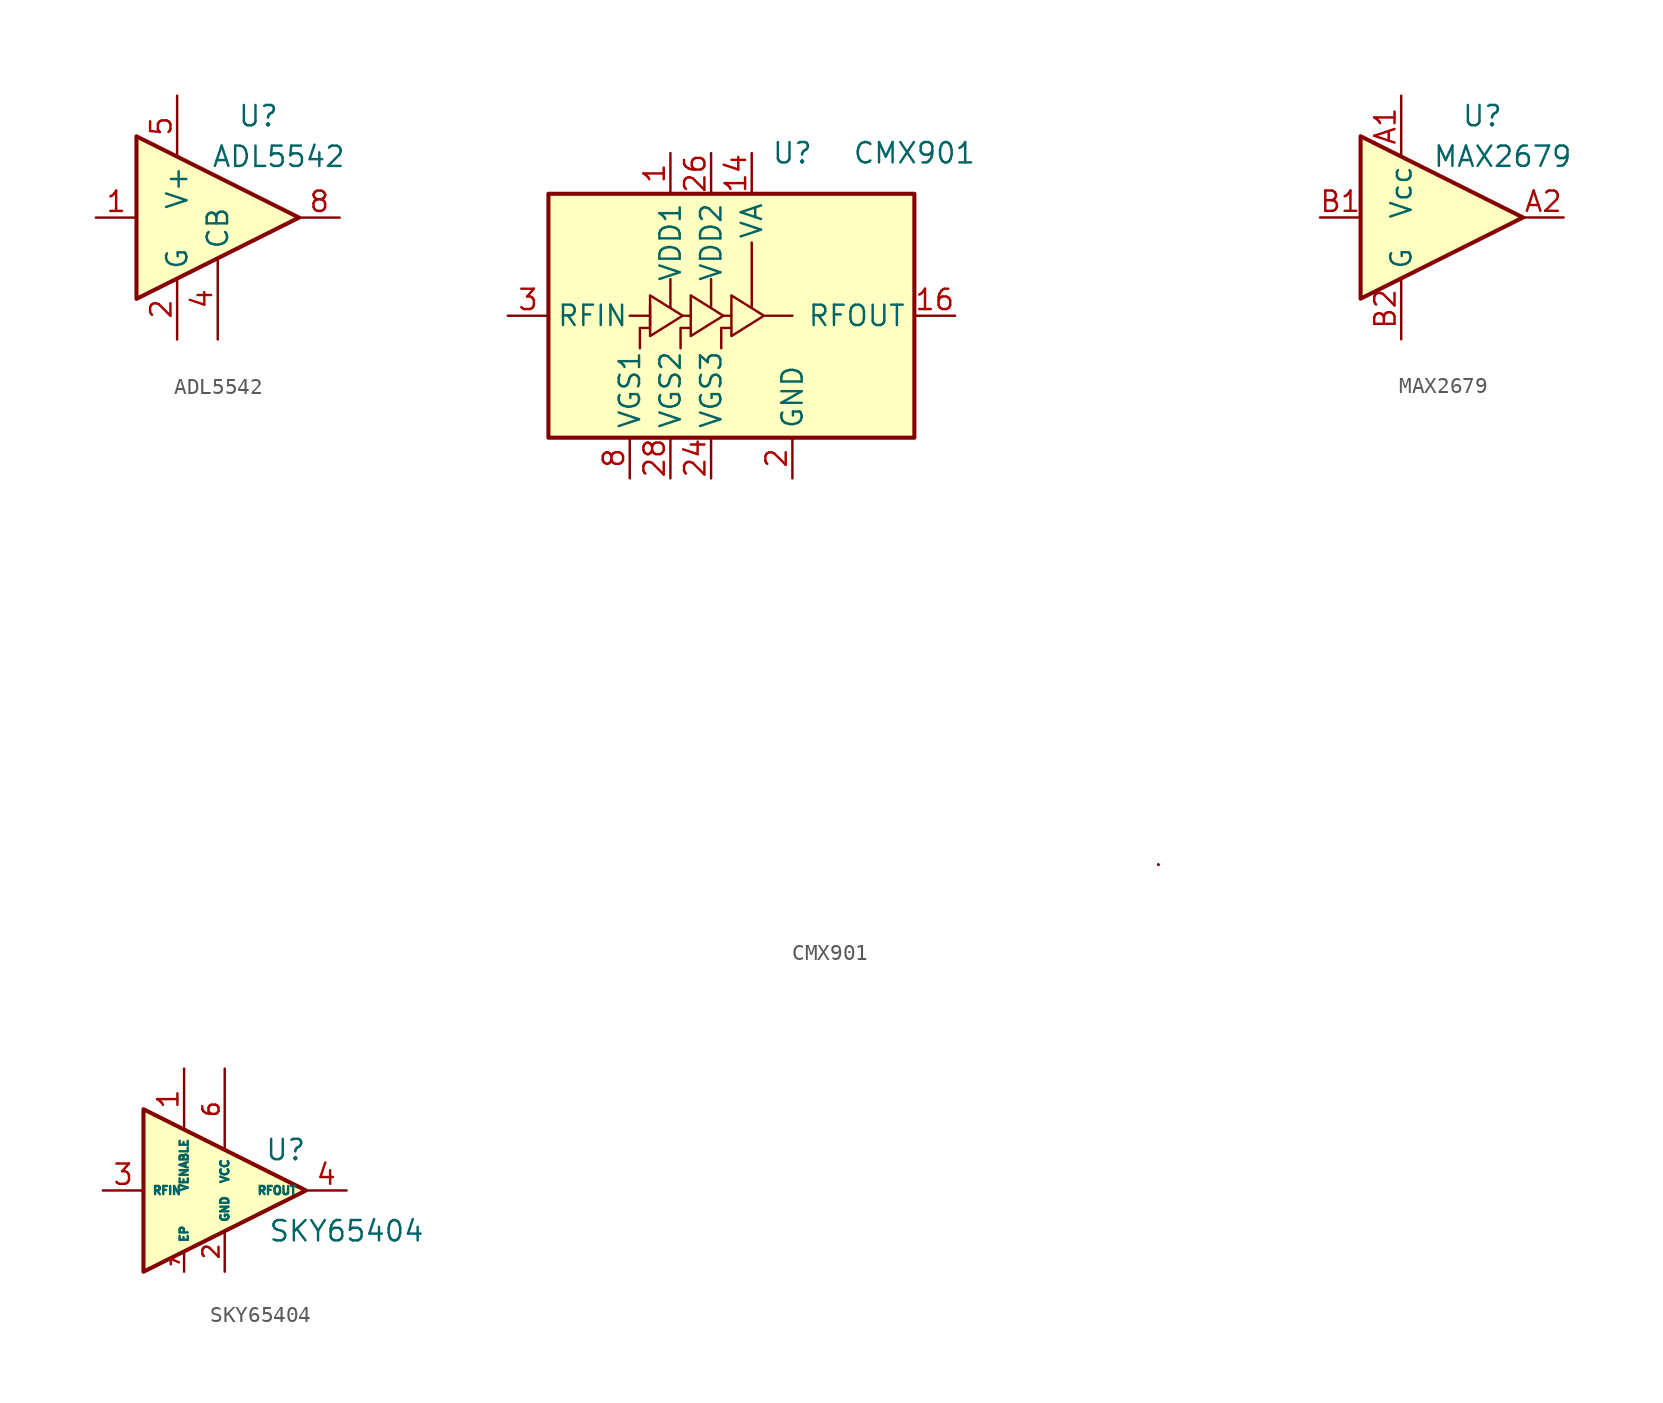
<source format=kicad_sym>
(kicad_symbol_lib
  (version 20231120)
  (generator "kicad_symbol_editor")
  (generator_version "8.0")
  (symbol "ADL5542"
    (property "Reference" "U"
      (at 2.54 6.35 0)
      (effects (font (size 1.27 1.27))))
    (property "Value" "ADL5542"
      (at 3.81 3.81 0)
      (effects (font (size 1.27 1.27))))
    (symbol "ADL5542_0_1"
      (polyline (pts (xy 5.08 0) (xy -5.08 5.08) (xy -5.08 -5.08) (xy 5.08 0)) (stroke (width 0.254) (type default)) (fill (type background))))
    (symbol "ADL5542_1_1"
      (pin input line (at -7.62 0 0) (length 2.54) (name "~" (effects (font (size 1.27 1.27)))) (number "1" (effects (font (size 1.27 1.27)))))
      (pin power_in line (at -2.54 -7.62 90) (length 3.81) (name "G" (effects (font (size 1.27 1.27)))) (number "2" (effects (font (size 1.27 1.27)))))
      (pin passive line (at 0 -7.62 90) (length 5.08) (name "CB" (effects (font (size 1.27 1.27)))) (number "4" (effects (font (size 1.27 1.27)))))
      (pin power_in line (at -2.54 7.62 270) (length 3.81) (name "V+" (effects (font (size 1.27 1.27)))) (number "5" (effects (font (size 1.27 1.27)))))
      (pin output line (at 7.62 0 180) (length 2.54) (name "~" (effects (font (size 1.27 1.27)))) (number "8" (effects (font (size 1.27 1.27)))))))
  (symbol "CMX901"
    (property "Reference" "U"
      (at 2.54 10.16 0)
      (effects (font (size 1.27 1.27))))
    (property "Value" "CMX901"
      (at 10.16 10.16 0)
      (effects (font (size 1.27 1.27))))
    (symbol "CMX901_0_0"
      (pin passive line (at 2.54 -10.16 90) (length 2.54) hide (name "GND" (effects (font (size 1.27 1.27)))) (number "10" (effects (font (size 1.27 1.27)))))
      (pin passive line (at 2.54 -10.16 90) (length 2.54) hide (name "GND" (effects (font (size 1.27 1.27)))) (number "11" (effects (font (size 1.27 1.27)))))
      (pin passive line (at 2.54 -10.16 90) (length 2.54) hide (name "GND" (effects (font (size 1.27 1.27)))) (number "12" (effects (font (size 1.27 1.27)))))
      (pin passive line (at 2.54 -10.16 90) (length 2.54) hide (name "GND" (effects (font (size 1.27 1.27)))) (number "13" (effects (font (size 1.27 1.27)))))
      (pin passive line (at 2.54 -10.16 90) (length 2.54) hide (name "GND" (effects (font (size 1.27 1.27)))) (number "15" (effects (font (size 1.27 1.27)))))
      (pin power_in line (at 2.54 -10.16 90) (length 2.54) (name "GND" (effects (font (size 1.27 1.27)))) (number "2" (effects (font (size 1.27 1.27)))))
      (pin passive line (at 2.54 -10.16 90) (length 2.54) hide (name "GND" (effects (font (size 1.27 1.27)))) (number "21" (effects (font (size 1.27 1.27)))))
      (pin passive line (at 2.54 -10.16 90) (length 2.54) hide (name "GND" (effects (font (size 1.27 1.27)))) (number "22" (effects (font (size 1.27 1.27)))))
      (pin passive line (at 2.54 -10.16 90) (length 2.54) hide (name "GND" (effects (font (size 1.27 1.27)))) (number "23" (effects (font (size 1.27 1.27)))))
      (pin passive line (at 2.54 -10.16 90) (length 2.54) hide (name "GND" (effects (font (size 1.27 1.27)))) (number "25" (effects (font (size 1.27 1.27)))))
      (pin passive line (at 2.54 -10.16 90) (length 2.54) hide (name "GND" (effects (font (size 1.27 1.27)))) (number "27" (effects (font (size 1.27 1.27)))))
      (pin passive line (at 2.54 -10.16 90) (length 2.54) hide (name "GND" (effects (font (size 1.27 1.27)))) (number "29" (effects (font (size 1.27 1.27)))))
      (pin passive line (at 2.54 -10.16 90) (length 2.54) hide (name "GND" (effects (font (size 1.27 1.27)))) (number "4" (effects (font (size 1.27 1.27)))))
      (pin passive line (at 2.54 -10.16 90) (length 2.54) hide (name "GND" (effects (font (size 1.27 1.27)))) (number "6" (effects (font (size 1.27 1.27)))))
      (pin passive line (at 2.54 -10.16 90) (length 2.54) hide (name "GND" (effects (font (size 1.27 1.27)))) (number "7" (effects (font (size 1.27 1.27)))))
      (pin passive line (at 2.54 -10.16 90) (length 2.54) hide (name "GND" (effects (font (size 1.27 1.27)))) (number "9" (effects (font (size 1.27 1.27))))))
    (symbol "CMX901_0_1"
      (rectangle (start -12.7 7.62) (end 10.16 -7.62) (stroke (width 0.254) (type default)) (fill (type background)))
      (polyline (pts (xy -7.62 0) (xy -6.35 0)) (stroke (width 0) (type default)) (fill (type none)))
      (polyline (pts (xy -6.35 -0.635) (xy -6.35 0.635)) (stroke (width 0) (type default)) (fill (type none)))
      (polyline (pts (xy -5.08 0.508) (xy -5.08 2.286)) (stroke (width 0) (type default)) (fill (type none)))
      (polyline (pts (xy -4.318 0) (xy -3.81 0)) (stroke (width 0) (type default)) (fill (type none)))
      (polyline (pts (xy -2.54 0.508) (xy -2.54 2.286)) (stroke (width 0) (type default)) (fill (type none)))
      (polyline (pts (xy -1.778 0) (xy -1.27 0)) (stroke (width 0) (type default)) (fill (type none)))
      (polyline (pts (xy 0 0.508) (xy 0 4.572)) (stroke (width 0) (type default)) (fill (type none)))
      (polyline (pts (xy 0.864 0) (xy 2.54 0)) (stroke (width 0) (type default)) (fill (type none)))
      (polyline (pts (xy 25.4 -34.29) (xy 25.4 -34.29)) (stroke (width 0) (type default)) (fill (type none)))
      (polyline (pts (xy 25.4 -34.29) (xy 25.4 -34.29)) (stroke (width 0) (type default)) (fill (type none)))
      (polyline (pts (xy 25.4 -34.29) (xy 25.4 -34.29)) (stroke (width 0) (type default)) (fill (type none)))
      (polyline (pts (xy 25.4 -34.29) (xy 25.4 -34.29)) (stroke (width 0) (type default)) (fill (type none)))
      (polyline (pts (xy -6.35 -0.762) (xy -6.985 -0.762) (xy -6.985 -2.032)) (stroke (width 0) (type default)) (fill (type none)))
      (polyline (pts (xy -3.81 -0.762) (xy -4.445 -0.762) (xy -4.445 -2.032)) (stroke (width 0) (type default)) (fill (type none)))
      (polyline (pts (xy -1.27 -0.762) (xy -1.905 -0.762) (xy -1.905 -2.032)) (stroke (width 0) (type default)) (fill (type none)))
      (polyline (pts (xy -6.35 0) (xy -6.35 1.27) (xy -4.318 0) (xy -6.35 -1.27) (xy -6.35 0)) (stroke (width 0) (type default)) (fill (type none)))
      (polyline (pts (xy -3.81 0) (xy -3.81 1.27) (xy -1.778 0) (xy -3.81 -1.27) (xy -3.81 0)) (stroke (width 0) (type default)) (fill (type none)))
      (polyline (pts (xy -1.27 0) (xy -1.27 1.27) (xy 0.762 0) (xy -1.27 -1.27) (xy -1.27 0)) (stroke (width 0) (type default)) (fill (type none))))
    (symbol "CMX901_1_1"
      (pin power_in line (at -5.08 10.16 270) (length 2.54) (name "VDD1" (effects (font (size 1.27 1.27)))) (number "1" (effects (font (size 1.27 1.27)))))
      (pin power_in line (at 0 10.16 270) (length 2.54) (name "VA" (effects (font (size 1.27 1.27)))) (number "14" (effects (font (size 1.27 1.27)))))
      (pin output line (at 12.7 0 180) (length 2.54) (name "RFOUT" (effects (font (size 1.27 1.27)))) (number "16" (effects (font (size 1.27 1.27)))))
      (pin output line (at 12.7 0 180) (length 2.54) hide (name "RFOUT" (effects (font (size 1.27 1.27)))) (number "17" (effects (font (size 1.27 1.27)))))
      (pin output line (at 12.7 0 180) (length 2.54) hide (name "RFOUT" (effects (font (size 1.27 1.27)))) (number "18" (effects (font (size 1.27 1.27)))))
      (pin output line (at 12.7 0 180) (length 2.54) hide (name "RFOUT" (effects (font (size 1.27 1.27)))) (number "19" (effects (font (size 1.27 1.27)))))
      (pin output line (at 12.7 0 180) (length 2.54) hide (name "RFOUT" (effects (font (size 1.27 1.27)))) (number "20" (effects (font (size 1.27 1.27)))))
      (pin input line (at -2.54 -10.16 90) (length 2.54) (name "VGS3" (effects (font (size 1.27 1.27)))) (number "24" (effects (font (size 1.27 1.27)))))
      (pin power_in line (at -2.54 10.16 270) (length 2.54) (name "VDD2" (effects (font (size 1.27 1.27)))) (number "26" (effects (font (size 1.27 1.27)))))
      (pin input line (at -5.08 -10.16 90) (length 2.54) (name "VGS2" (effects (font (size 1.27 1.27)))) (number "28" (effects (font (size 1.27 1.27)))))
      (pin input line (at -15.24 0 0) (length 2.54) (name "RFIN" (effects (font (size 1.27 1.27)))) (number "3" (effects (font (size 1.27 1.27)))))
      (pin input line (at -15.24 0 0) (length 2.54) hide (name "RFIN" (effects (font (size 1.27 1.27)))) (number "5" (effects (font (size 1.27 1.27)))))
      (pin input line (at -7.62 -10.16 90) (length 2.54) (name "VGS1" (effects (font (size 1.27 1.27)))) (number "8" (effects (font (size 1.27 1.27)))))))
  (symbol "MAX2679"
    (property "Reference" "U"
      (at 2.54 6.35 0)
      (effects (font (size 1.27 1.27))))
    (property "Value" "MAX2679"
      (at 3.81 3.81 0)
      (effects (font (size 1.27 1.27))))
    (symbol "MAX2679_0_1"
      (polyline (pts (xy 5.08 0) (xy -5.08 5.08) (xy -5.08 -5.08) (xy 5.08 0)) (stroke (width 0.254) (type default)) (fill (type background))))
    (symbol "MAX2679_1_1"
      (pin power_in line (at -2.54 7.62 270) (length 3.81) (name "Vcc" (effects (font (size 1.27 1.27)))) (number "A1" (effects (font (size 1.27 1.27)))))
      (pin output line (at 7.62 0 180) (length 2.54) (name "~" (effects (font (size 1.27 1.27)))) (number "A2" (effects (font (size 1.27 1.27)))))
      (pin input line (at -7.62 0 0) (length 2.54) (name "~" (effects (font (size 1.27 1.27)))) (number "B1" (effects (font (size 1.27 1.27)))))
      (pin power_in line (at -2.54 -7.62 90) (length 3.81) (name "G" (effects (font (size 1.27 1.27)))) (number "B2" (effects (font (size 1.27 1.27)))))))
  (symbol "SKY65404"
    (property "Reference" "U"
      (at 6.35 2.54 0)
      (effects (font (size 1.27 1.27))))
    (property "Value" "SKY65404"
      (at 10.16 -2.54 0)
      (effects (font (size 1.27 1.27))))
    (symbol "SKY65404_0_1"
      (polyline (pts (xy -2.54 5.08) (xy -2.54 -2.54) (xy -2.54 -5.08) (xy 7.62 0) (xy -2.54 5.08)) (stroke (width 0.254) (type default)) (fill (type background))))
    (symbol "SKY65404_1_1"
      (pin input line (at 0 7.62 270) (length 3.81) (name "VENABLE" (effects (font (size 0.508 0.508)))) (number "1" (effects (font (size 1.27 1.27)))))
      (pin power_in line (at 2.54 -5.08 90) (length 2.54) (name "GND" (effects (font (size 0.508 0.508)))) (number "2" (effects (font (size 1.016 1.016)))))
      (pin input line (at -5.08 0 0) (length 2.54) (name "RFIN" (effects (font (size 0.508 0.508)))) (number "3" (effects (font (size 1.27 1.27)))))
      (pin output line (at 10.16 0 180) (length 2.54) (name "RFOUT" (effects (font (size 0.508 0.508)))) (number "4" (effects (font (size 1.27 1.27)))))
      (pin passive line (at 2.54 -5.08 90) (length 2.54) hide (name "GND" (effects (font (size 0.508 0.508)))) (number "5" (effects (font (size 1.016 1.016)))))
      (pin power_in line (at 2.54 7.62 270) (length 5.08) (name "VCC" (effects (font (size 0.508 0.508)))) (number "6" (effects (font (size 1.016 1.016)))))
      (pin passive line (at 0 -5.08 90) (length 1.27) (name "EP" (effects (font (size 0.508 0.508)))) (number "7" (effects (font (size 0.508 0.508))))))))
</source>
